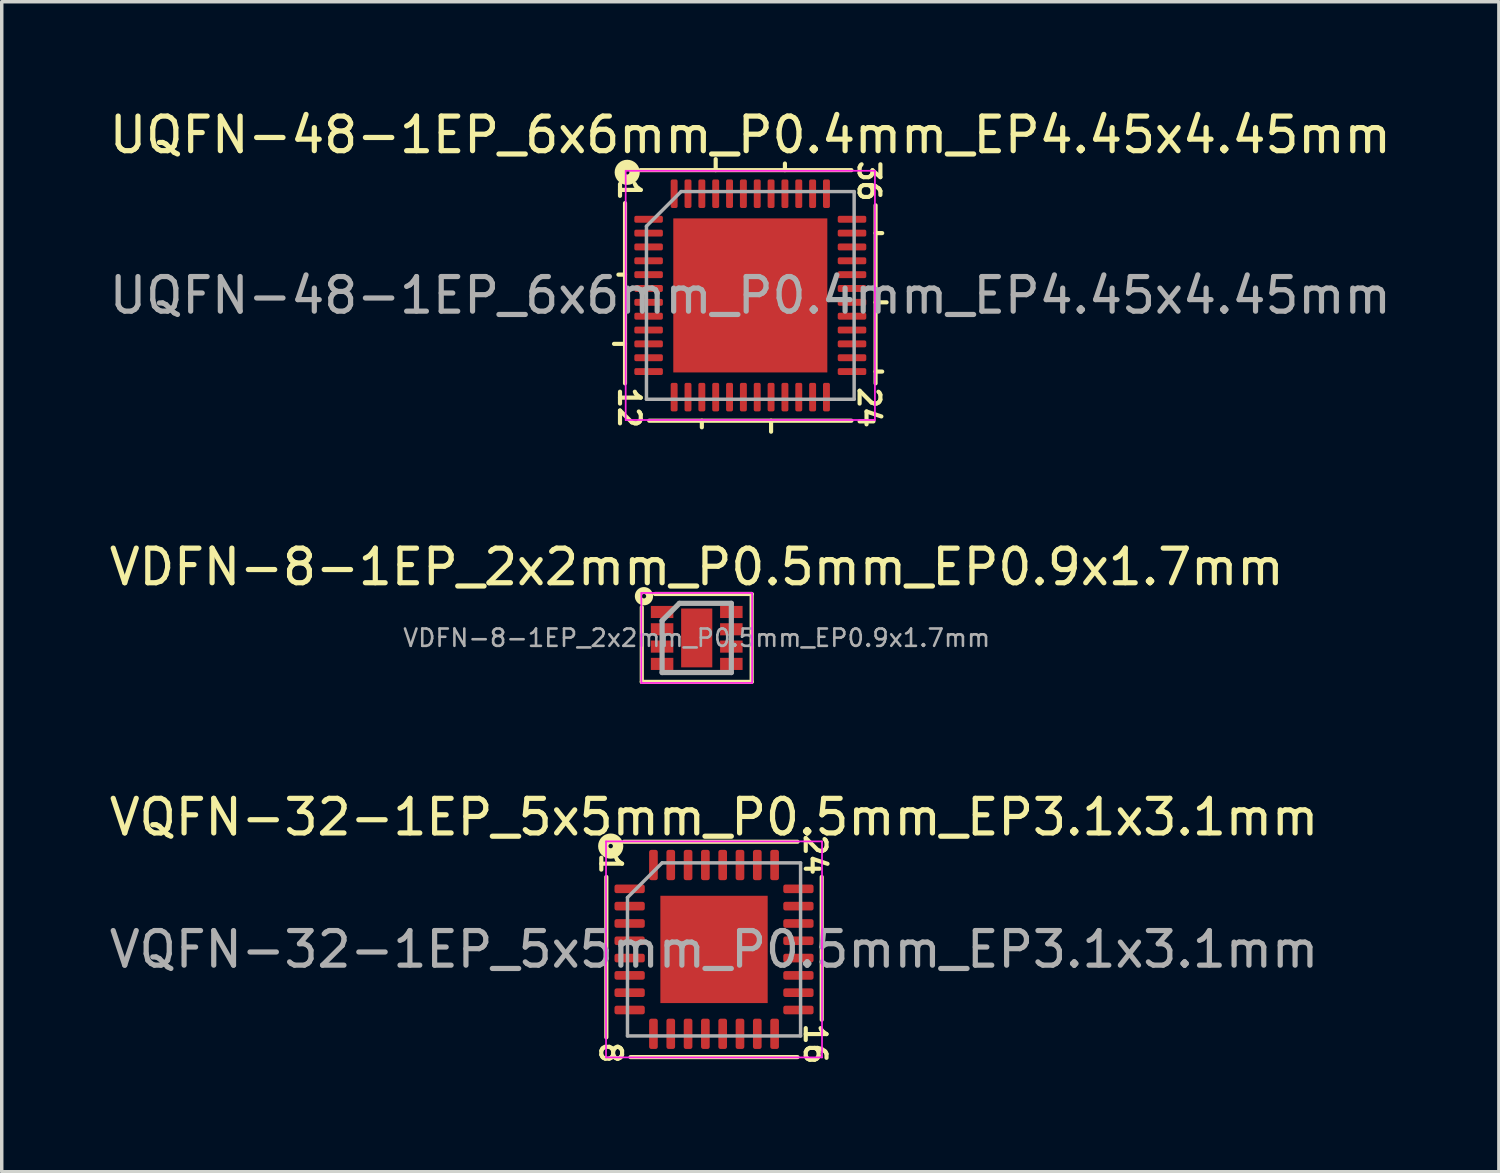
<source format=kicad_pcb>
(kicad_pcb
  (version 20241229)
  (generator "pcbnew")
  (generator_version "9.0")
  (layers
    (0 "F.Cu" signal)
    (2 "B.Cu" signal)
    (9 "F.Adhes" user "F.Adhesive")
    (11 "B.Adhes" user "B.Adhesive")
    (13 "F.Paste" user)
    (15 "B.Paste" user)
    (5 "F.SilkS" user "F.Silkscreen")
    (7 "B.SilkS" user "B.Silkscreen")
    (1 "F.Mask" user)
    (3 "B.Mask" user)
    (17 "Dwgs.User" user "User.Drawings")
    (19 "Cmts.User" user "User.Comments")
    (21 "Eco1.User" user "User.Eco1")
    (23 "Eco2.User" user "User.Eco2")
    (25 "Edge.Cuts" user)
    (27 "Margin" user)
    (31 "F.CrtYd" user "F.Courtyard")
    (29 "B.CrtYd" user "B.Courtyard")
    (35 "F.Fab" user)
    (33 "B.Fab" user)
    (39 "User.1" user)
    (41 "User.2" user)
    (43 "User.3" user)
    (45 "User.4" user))
  (footprint "VDFN-8-1EP_2x2mm_P0.5mm_EP0.9x1.7mm"
    (layer "F.Cu")
    (at 17.077 15.379)
    (property "Reference" "VDFN-8-1EP_2x2mm_P0.5mm_EP0.9x1.7mm" (at 0 -2.05 0) (layer "F.SilkS") (effects (font (size 1 1) (thickness 0.15))))
    (attr smd)
    (fp_line (start -1.587 1.27) (end -1.587 -0.889) (stroke (width 0.12) (type solid)) (layer "F.SilkS"))
    (fp_line (start -1.206 -1.27) (end 1.587 -1.27) (stroke (width 0.12) (type solid)) (layer "F.SilkS"))
    (fp_line (start 1.587 -1.27) (end 1.587 1.27) (stroke (width 0.12) (type solid)) (layer "F.SilkS"))
    (fp_line (start 1.587 1.27) (end -1.587 1.27) (stroke (width 0.12) (type solid)) (layer "F.SilkS"))
    (fp_circle (center -1.524 -1.206) (end -1.46 -1.206) (stroke (width 0.2) (type solid)) (fill no) (layer "F.SilkS"))
    (fp_line (start -1.6 -1.3) (end -1.6 1.3) (stroke (width 0.05) (type solid)) (layer "F.CrtYd"))
    (fp_line (start -1.6 -1.3) (end 1.6 -1.3) (stroke (width 0.05) (type solid)) (layer "F.CrtYd"))
    (fp_line (start -1.6 1.3) (end 1.6 1.3) (stroke (width 0.05) (type solid)) (layer "F.CrtYd"))
    (fp_line (start 1.6 -1.3) (end 1.6 1.3) (stroke (width 0.05) (type solid)) (layer "F.CrtYd"))
    (fp_line (start -1 -0.5) (end -0.5 -1) (stroke (width 0.15) (type solid)) (layer "F.Fab"))
    (fp_line (start -1 1) (end -1 -0.5) (stroke (width 0.15) (type solid)) (layer "F.Fab"))
    (fp_line (start -0.5 -1) (end 1 -1) (stroke (width 0.15) (type solid)) (layer "F.Fab"))
    (fp_line (start 1 -1) (end 1 1) (stroke (width 0.15) (type solid)) (layer "F.Fab"))
    (fp_line (start 1 1) (end -1 1) (stroke (width 0.15) (type solid)) (layer "F.Fab"))
    (fp_text user "${REFERENCE}" (at 0 0 0) (layer "F.Fab") (effects (font (size 0.5 0.5) (thickness 0.075))))
    (pad "" smd rect (at 0 -0.425) (size 0.72 0.69) (layers "F.Paste"))
    (pad "" smd rect (at 0 0.425) (size 0.72 0.69) (layers "F.Paste"))
    (pad "1" smd rect (at -1 -0.75) (size 0.65 0.35) (layers "F.Cu" "F.Mask" "F.Paste"))
    (pad "2" smd rect (at -1 -0.25) (size 0.65 0.35) (layers "F.Cu" "F.Mask" "F.Paste"))
    (pad "3" smd rect (at -1 0.25) (size 0.65 0.35) (layers "F.Cu" "F.Mask" "F.Paste"))
    (pad "4" smd rect (at -1 0.75) (size 0.65 0.35) (layers "F.Cu" "F.Mask" "F.Paste"))
    (pad "5" smd rect (at 1 0.75) (size 0.65 0.35) (layers "F.Cu" "F.Mask" "F.Paste"))
    (pad "6" smd rect (at 1 0.25) (size 0.65 0.35) (layers "F.Cu" "F.Mask" "F.Paste"))
    (pad "7" smd rect (at 1 -0.25) (size 0.65 0.35) (layers "F.Cu" "F.Mask" "F.Paste"))
    (pad "8" smd rect (at 1 -0.75) (size 0.65 0.35) (layers "F.Cu" "F.Mask" "F.Paste"))
    (pad "9" smd rect (at 0 0) (size 0.9 1.7) (layers "F.Cu" "F.Mask")))
  (footprint "VQFN-32-1EP_5x5mm_P0.5mm_EP3.1x3.1mm"
    (layer "F.Cu")
    (at 17.577 24.377)
    (property "Reference" "VQFN-32-1EP_5x5mm_P0.5mm_EP3.1x3.1mm" (at 0 -3.82 0) (layer "F.SilkS") (effects (font (size 1 1) (thickness 0.15))))
    (attr smd)
    (fp_line (start -3.111 -2.095) (end -3.111 2.54) (stroke (width 0.12) (type solid)) (layer "F.SilkS"))
    (fp_line (start -2.413 3.111) (end 2.413 3.111) (stroke (width 0.12) (type solid)) (layer "F.SilkS"))
    (fp_line (start 2.413 -3.111) (end -2.603 -3.111) (stroke (width 0.12) (type solid)) (layer "F.SilkS"))
    (fp_line (start 3.111 2.032) (end 3.111 -2.095) (stroke (width 0.12) (type solid)) (layer "F.SilkS"))
    (fp_circle (center -2.985 -2.985) (end -2.921 -2.985) (stroke (width 0.3) (type solid)) (fill no) (layer "F.SilkS"))
    (fp_line (start -3.12 -3.12) (end -3.12 3.12) (stroke (width 0.05) (type solid)) (layer "F.CrtYd"))
    (fp_line (start -3.12 3.12) (end 3.12 3.12) (stroke (width 0.05) (type solid)) (layer "F.CrtYd"))
    (fp_line (start 3.12 -3.12) (end -3.12 -3.12) (stroke (width 0.05) (type solid)) (layer "F.CrtYd"))
    (fp_line (start 3.12 3.12) (end 3.12 -3.12) (stroke (width 0.05) (type solid)) (layer "F.CrtYd"))
    (fp_line (start -2.5 -1.5) (end -1.5 -2.5) (stroke (width 0.1) (type solid)) (layer "F.Fab"))
    (fp_line (start -2.5 2.5) (end -2.5 -1.5) (stroke (width 0.1) (type solid)) (layer "F.Fab"))
    (fp_line (start -1.5 -2.5) (end 2.5 -2.5) (stroke (width 0.1) (type solid)) (layer "F.Fab"))
    (fp_line (start 2.5 -2.5) (end 2.5 2.5) (stroke (width 0.1) (type solid)) (layer "F.Fab"))
    (fp_line (start 2.5 2.5) (end -2.5 2.5) (stroke (width 0.1) (type solid)) (layer "F.Fab"))
    (fp_text user "24" (at 2.921 -2.731 270) (unlocked yes) (layer "F.SilkS") (effects (font (size 0.6 0.6) (thickness 0.12))))
    (fp_text user "1" (at -2.985 -2.477 270) (unlocked yes) (layer "F.SilkS") (effects (font (size 0.6 0.6) (thickness 0.12))))
    (fp_text user "8" (at -2.985 2.985 270) (unlocked yes) (layer "F.SilkS") (effects (font (size 0.6 0.6) (thickness 0.12))))
    (fp_text user "16" (at 2.921 2.731 270) (unlocked yes) (layer "F.SilkS") (effects (font (size 0.6 0.6) (thickness 0.12))))
    (fp_text user "${REFERENCE}" (at 0 0 0) (layer "F.Fab") (effects (font (size 1 1) (thickness 0.15))))
    (pad "" smd roundrect (at -0.775 -0.775) (size 1.25 1.25) (layers "F.Paste") (roundrect_rratio 0.2))
    (pad "" smd roundrect (at -0.775 0.775) (size 1.25 1.25) (layers "F.Paste") (roundrect_rratio 0.2))
    (pad "" smd roundrect (at 0.775 -0.775) (size 1.25 1.25) (layers "F.Paste") (roundrect_rratio 0.2))
    (pad "" smd roundrect (at 0.775 0.775) (size 1.25 1.25) (layers "F.Paste") (roundrect_rratio 0.2))
    (pad "1" smd roundrect (at -2.438 -1.75) (size 0.875 0.25) (layers "F.Cu" "F.Mask" "F.Paste") (roundrect_rratio 0.25))
    (pad "2" smd roundrect (at -2.438 -1.25) (size 0.875 0.25) (layers "F.Cu" "F.Mask" "F.Paste") (roundrect_rratio 0.25))
    (pad "3" smd roundrect (at -2.438 -0.75) (size 0.875 0.25) (layers "F.Cu" "F.Mask" "F.Paste") (roundrect_rratio 0.25))
    (pad "4" smd roundrect (at -2.438 -0.25) (size 0.875 0.25) (layers "F.Cu" "F.Mask" "F.Paste") (roundrect_rratio 0.25))
    (pad "5" smd roundrect (at -2.438 0.25) (size 0.875 0.25) (layers "F.Cu" "F.Mask" "F.Paste") (roundrect_rratio 0.25))
    (pad "6" smd roundrect (at -2.438 0.75) (size 0.875 0.25) (layers "F.Cu" "F.Mask" "F.Paste") (roundrect_rratio 0.25))
    (pad "7" smd roundrect (at -2.438 1.25) (size 0.875 0.25) (layers "F.Cu" "F.Mask" "F.Paste") (roundrect_rratio 0.25))
    (pad "8" smd roundrect (at -2.438 1.75) (size 0.875 0.25) (layers "F.Cu" "F.Mask" "F.Paste") (roundrect_rratio 0.25))
    (pad "9" smd roundrect (at -1.75 2.438) (size 0.25 0.875) (layers "F.Cu" "F.Mask" "F.Paste") (roundrect_rratio 0.25))
    (pad "10" smd roundrect (at -1.25 2.438) (size 0.25 0.875) (layers "F.Cu" "F.Mask" "F.Paste") (roundrect_rratio 0.25))
    (pad "11" smd roundrect (at -0.75 2.438) (size 0.25 0.875) (layers "F.Cu" "F.Mask" "F.Paste") (roundrect_rratio 0.25))
    (pad "12" smd roundrect (at -0.25 2.438) (size 0.25 0.875) (layers "F.Cu" "F.Mask" "F.Paste") (roundrect_rratio 0.25))
    (pad "13" smd roundrect (at 0.25 2.438) (size 0.25 0.875) (layers "F.Cu" "F.Mask" "F.Paste") (roundrect_rratio 0.25))
    (pad "14" smd roundrect (at 0.75 2.438) (size 0.25 0.875) (layers "F.Cu" "F.Mask" "F.Paste") (roundrect_rratio 0.25))
    (pad "15" smd roundrect (at 1.25 2.438) (size 0.25 0.875) (layers "F.Cu" "F.Mask" "F.Paste") (roundrect_rratio 0.25))
    (pad "16" smd roundrect (at 1.75 2.438) (size 0.25 0.875) (layers "F.Cu" "F.Mask" "F.Paste") (roundrect_rratio 0.25))
    (pad "17" smd roundrect (at 2.438 1.75) (size 0.875 0.25) (layers "F.Cu" "F.Mask" "F.Paste") (roundrect_rratio 0.25))
    (pad "18" smd roundrect (at 2.438 1.25) (size 0.875 0.25) (layers "F.Cu" "F.Mask" "F.Paste") (roundrect_rratio 0.25))
    (pad "19" smd roundrect (at 2.438 0.75) (size 0.875 0.25) (layers "F.Cu" "F.Mask" "F.Paste") (roundrect_rratio 0.25))
    (pad "20" smd roundrect (at 2.438 0.25) (size 0.875 0.25) (layers "F.Cu" "F.Mask" "F.Paste") (roundrect_rratio 0.25))
    (pad "21" smd roundrect (at 2.438 -0.25) (size 0.875 0.25) (layers "F.Cu" "F.Mask" "F.Paste") (roundrect_rratio 0.25))
    (pad "22" smd roundrect (at 2.438 -0.75) (size 0.875 0.25) (layers "F.Cu" "F.Mask" "F.Paste") (roundrect_rratio 0.25))
    (pad "23" smd roundrect (at 2.438 -1.25) (size 0.875 0.25) (layers "F.Cu" "F.Mask" "F.Paste") (roundrect_rratio 0.25))
    (pad "24" smd roundrect (at 2.438 -1.75) (size 0.875 0.25) (layers "F.Cu" "F.Mask" "F.Paste") (roundrect_rratio 0.25))
    (pad "25" smd roundrect (at 1.75 -2.438) (size 0.25 0.875) (layers "F.Cu" "F.Mask" "F.Paste") (roundrect_rratio 0.25))
    (pad "26" smd roundrect (at 1.25 -2.438) (size 0.25 0.875) (layers "F.Cu" "F.Mask" "F.Paste") (roundrect_rratio 0.25))
    (pad "27" smd roundrect (at 0.75 -2.438) (size 0.25 0.875) (layers "F.Cu" "F.Mask" "F.Paste") (roundrect_rratio 0.25))
    (pad "28" smd roundrect (at 0.25 -2.438) (size 0.25 0.875) (layers "F.Cu" "F.Mask" "F.Paste") (roundrect_rratio 0.25))
    (pad "29" smd roundrect (at -0.25 -2.438) (size 0.25 0.875) (layers "F.Cu" "F.Mask" "F.Paste") (roundrect_rratio 0.25))
    (pad "30" smd roundrect (at -0.75 -2.438) (size 0.25 0.875) (layers "F.Cu" "F.Mask" "F.Paste") (roundrect_rratio 0.25))
    (pad "31" smd roundrect (at -1.25 -2.438) (size 0.25 0.875) (layers "F.Cu" "F.Mask" "F.Paste") (roundrect_rratio 0.25))
    (pad "32" smd roundrect (at -1.75 -2.438) (size 0.25 0.875) (layers "F.Cu" "F.Mask" "F.Paste") (roundrect_rratio 0.25))
    (pad "33" smd rect (at 0 0) (size 3.1 3.1) (layers "F.Cu" "F.Mask")))
  (footprint "UQFN-48-1EP_6x6mm_P0.4mm_EP4.45x4.45mm"
    (layer "F.Cu")
    (at 18.625 5.484)
    (property "Reference" "UQFN-48-1EP_6x6mm_P0.4mm_EP4.45x4.45mm" (at 0 -4.636 0) (layer "F.SilkS") (effects (font (size 1 1) (thickness 0.15))))
    (attr smd)
    (fp_line (start -3.619 -2.667) (end -3.619 2.54) (stroke (width 0.12) (type solid)) (layer "F.SilkS"))
    (fp_line (start -3.619 -0.6) (end -3.81 -0.6) (stroke (width 0.12) (type solid)) (layer "F.SilkS"))
    (fp_line (start -3.619 1.4) (end -3.937 1.4) (stroke (width 0.12) (type solid)) (layer "F.SilkS"))
    (fp_line (start -2.921 3.619) (end 2.921 3.619) (stroke (width 0.12) (type solid)) (layer "F.SilkS"))
    (fp_line (start -1.4 3.81) (end -1.4 3.619) (stroke (width 0.12) (type solid)) (layer "F.SilkS"))
    (fp_line (start -1 -3.619) (end -1 -3.937) (stroke (width 0.12) (type solid)) (layer "F.SilkS"))
    (fp_line (start 0.6 3.619) (end 0.6 3.937) (stroke (width 0.12) (type solid)) (layer "F.SilkS"))
    (fp_line (start 1 -3.619) (end 1 -3.81) (stroke (width 0.12) (type solid)) (layer "F.SilkS"))
    (fp_line (start 2.921 -3.619) (end -3.175 -3.619) (stroke (width 0.12) (type solid)) (layer "F.SilkS"))
    (fp_line (start 3.619 -1.8) (end 3.81 -1.8) (stroke (width 0.12) (type solid)) (layer "F.SilkS"))
    (fp_line (start 3.619 0.2) (end 3.937 0.2) (stroke (width 0.12) (type solid)) (layer "F.SilkS"))
    (fp_line (start 3.619 2.2) (end 3.81 2.2) (stroke (width 0.12) (type solid)) (layer "F.SilkS"))
    (fp_line (start 3.619 2.54) (end 3.619 -2.603) (stroke (width 0.12) (type solid)) (layer "F.SilkS"))
    (fp_circle (center -3.556 -3.556) (end -3.493 -3.556) (stroke (width 0.3) (type solid)) (fill no) (layer "F.SilkS"))
    (fp_line (start -3.6 -3.6) (end -3.6 3.6) (stroke (width 0.05) (type solid)) (layer "F.CrtYd"))
    (fp_line (start -3.6 3.6) (end 3.6 3.6) (stroke (width 0.05) (type solid)) (layer "F.CrtYd"))
    (fp_line (start 3.6 -3.6) (end -3.6 -3.6) (stroke (width 0.05) (type solid)) (layer "F.CrtYd"))
    (fp_line (start 3.6 3.6) (end 3.6 -3.6) (stroke (width 0.05) (type solid)) (layer "F.CrtYd"))
    (fp_line (start -3 -2) (end -2 -3) (stroke (width 0.1) (type solid)) (layer "F.Fab"))
    (fp_line (start -3 3) (end -3 -2) (stroke (width 0.1) (type solid)) (layer "F.Fab"))
    (fp_line (start -2 -3) (end 3 -3) (stroke (width 0.1) (type solid)) (layer "F.Fab"))
    (fp_line (start 3 -3) (end 3 3) (stroke (width 0.1) (type solid)) (layer "F.Fab"))
    (fp_line (start 3 3) (end -3 3) (stroke (width 0.1) (type solid)) (layer "F.Fab"))
    (fp_text user "36" (at 3.429 -3.302 270) (unlocked yes) (layer "F.SilkS") (effects (font (size 0.6 0.6) (thickness 0.12))))
    (fp_text user "12" (at -3.493 3.239 270) (unlocked yes) (layer "F.SilkS") (effects (font (size 0.6 0.6) (thickness 0.12))))
    (fp_text user "1" (at -3.493 -3.048 270) (unlocked yes) (layer "F.SilkS") (effects (font (size 0.6 0.6) (thickness 0.12))))
    (fp_text user "24" (at 3.429 3.239 270) (unlocked yes) (layer "F.SilkS") (effects (font (size 0.6 0.6) (thickness 0.12))))
    (fp_text user "${REFERENCE}" (at 0 0 0) (layer "F.Fab") (effects (font (size 1 1) (thickness 0.15))))
    (pad "" smd roundrect (at -1.48 -1.48) (size 1.2 1.2) (layers "F.Paste") (roundrect_rratio 0.208))
    (pad "" smd roundrect (at -1.48 0) (size 1.2 1.2) (layers "F.Paste") (roundrect_rratio 0.208))
    (pad "" smd roundrect (at -1.48 1.48) (size 1.2 1.2) (layers "F.Paste") (roundrect_rratio 0.208))
    (pad "" smd roundrect (at 0 -1.48) (size 1.2 1.2) (layers "F.Paste") (roundrect_rratio 0.208))
    (pad "" smd roundrect (at 0 0) (size 1.2 1.2) (layers "F.Paste") (roundrect_rratio 0.208))
    (pad "" smd roundrect (at 0 1.48) (size 1.2 1.2) (layers "F.Paste") (roundrect_rratio 0.208))
    (pad "" smd roundrect (at 1.48 -1.48) (size 1.2 1.2) (layers "F.Paste") (roundrect_rratio 0.208))
    (pad "" smd roundrect (at 1.48 0) (size 1.2 1.2) (layers "F.Paste") (roundrect_rratio 0.208))
    (pad "" smd roundrect (at 1.48 1.48) (size 1.2 1.2) (layers "F.Paste") (roundrect_rratio 0.208))
    (pad "1" smd roundrect (at -2.938 -2.2) (size 0.825 0.2) (layers "F.Cu" "F.Mask" "F.Paste") (roundrect_rratio 0.25))
    (pad "2" smd roundrect (at -2.938 -1.8) (size 0.825 0.2) (layers "F.Cu" "F.Mask" "F.Paste") (roundrect_rratio 0.25))
    (pad "3" smd roundrect (at -2.938 -1.4) (size 0.825 0.2) (layers "F.Cu" "F.Mask" "F.Paste") (roundrect_rratio 0.25))
    (pad "4" smd roundrect (at -2.938 -1) (size 0.825 0.2) (layers "F.Cu" "F.Mask" "F.Paste") (roundrect_rratio 0.25))
    (pad "5" smd roundrect (at -2.938 -0.6) (size 0.825 0.2) (layers "F.Cu" "F.Mask" "F.Paste") (roundrect_rratio 0.25))
    (pad "6" smd roundrect (at -2.938 -0.2) (size 0.825 0.2) (layers "F.Cu" "F.Mask" "F.Paste") (roundrect_rratio 0.25))
    (pad "7" smd roundrect (at -2.938 0.2) (size 0.825 0.2) (layers "F.Cu" "F.Mask" "F.Paste") (roundrect_rratio 0.25))
    (pad "8" smd roundrect (at -2.938 0.6) (size 0.825 0.2) (layers "F.Cu" "F.Mask" "F.Paste") (roundrect_rratio 0.25))
    (pad "9" smd roundrect (at -2.938 1) (size 0.825 0.2) (layers "F.Cu" "F.Mask" "F.Paste") (roundrect_rratio 0.25))
    (pad "10" smd roundrect (at -2.938 1.4) (size 0.825 0.2) (layers "F.Cu" "F.Mask" "F.Paste") (roundrect_rratio 0.25))
    (pad "11" smd roundrect (at -2.938 1.8) (size 0.825 0.2) (layers "F.Cu" "F.Mask" "F.Paste") (roundrect_rratio 0.25))
    (pad "12" smd roundrect (at -2.938 2.2) (size 0.825 0.2) (layers "F.Cu" "F.Mask" "F.Paste") (roundrect_rratio 0.25))
    (pad "13" smd roundrect (at -2.2 2.938) (size 0.2 0.825) (layers "F.Cu" "F.Mask" "F.Paste") (roundrect_rratio 0.25))
    (pad "14" smd roundrect (at -1.8 2.938) (size 0.2 0.825) (layers "F.Cu" "F.Mask" "F.Paste") (roundrect_rratio 0.25))
    (pad "15" smd roundrect (at -1.4 2.938) (size 0.2 0.825) (layers "F.Cu" "F.Mask" "F.Paste") (roundrect_rratio 0.25))
    (pad "16" smd roundrect (at -1 2.938) (size 0.2 0.825) (layers "F.Cu" "F.Mask" "F.Paste") (roundrect_rratio 0.25))
    (pad "17" smd roundrect (at -0.6 2.938) (size 0.2 0.825) (layers "F.Cu" "F.Mask" "F.Paste") (roundrect_rratio 0.25))
    (pad "18" smd roundrect (at -0.2 2.938) (size 0.2 0.825) (layers "F.Cu" "F.Mask" "F.Paste") (roundrect_rratio 0.25))
    (pad "19" smd roundrect (at 0.2 2.938) (size 0.2 0.825) (layers "F.Cu" "F.Mask" "F.Paste") (roundrect_rratio 0.25))
    (pad "20" smd roundrect (at 0.6 2.938) (size 0.2 0.825) (layers "F.Cu" "F.Mask" "F.Paste") (roundrect_rratio 0.25))
    (pad "21" smd roundrect (at 1 2.938) (size 0.2 0.825) (layers "F.Cu" "F.Mask" "F.Paste") (roundrect_rratio 0.25))
    (pad "22" smd roundrect (at 1.4 2.938) (size 0.2 0.825) (layers "F.Cu" "F.Mask" "F.Paste") (roundrect_rratio 0.25))
    (pad "23" smd roundrect (at 1.8 2.938) (size 0.2 0.825) (layers "F.Cu" "F.Mask" "F.Paste") (roundrect_rratio 0.25))
    (pad "24" smd roundrect (at 2.2 2.938) (size 0.2 0.825) (layers "F.Cu" "F.Mask" "F.Paste") (roundrect_rratio 0.25))
    (pad "25" smd roundrect (at 2.938 2.2) (size 0.825 0.2) (layers "F.Cu" "F.Mask" "F.Paste") (roundrect_rratio 0.25))
    (pad "26" smd roundrect (at 2.938 1.8) (size 0.825 0.2) (layers "F.Cu" "F.Mask" "F.Paste") (roundrect_rratio 0.25))
    (pad "27" smd roundrect (at 2.938 1.4) (size 0.825 0.2) (layers "F.Cu" "F.Mask" "F.Paste") (roundrect_rratio 0.25))
    (pad "28" smd roundrect (at 2.938 1) (size 0.825 0.2) (layers "F.Cu" "F.Mask" "F.Paste") (roundrect_rratio 0.25))
    (pad "29" smd roundrect (at 2.938 0.6) (size 0.825 0.2) (layers "F.Cu" "F.Mask" "F.Paste") (roundrect_rratio 0.25))
    (pad "30" smd roundrect (at 2.938 0.2) (size 0.825 0.2) (layers "F.Cu" "F.Mask" "F.Paste") (roundrect_rratio 0.25))
    (pad "31" smd roundrect (at 2.938 -0.2) (size 0.825 0.2) (layers "F.Cu" "F.Mask" "F.Paste") (roundrect_rratio 0.25))
    (pad "32" smd roundrect (at 2.938 -0.6) (size 0.825 0.2) (layers "F.Cu" "F.Mask" "F.Paste") (roundrect_rratio 0.25))
    (pad "33" smd roundrect (at 2.938 -1) (size 0.825 0.2) (layers "F.Cu" "F.Mask" "F.Paste") (roundrect_rratio 0.25))
    (pad "34" smd roundrect (at 2.938 -1.4) (size 0.825 0.2) (layers "F.Cu" "F.Mask" "F.Paste") (roundrect_rratio 0.25))
    (pad "35" smd roundrect (at 2.938 -1.8) (size 0.825 0.2) (layers "F.Cu" "F.Mask" "F.Paste") (roundrect_rratio 0.25))
    (pad "36" smd roundrect (at 2.938 -2.2) (size 0.825 0.2) (layers "F.Cu" "F.Mask" "F.Paste") (roundrect_rratio 0.25))
    (pad "37" smd roundrect (at 2.2 -2.938) (size 0.2 0.825) (layers "F.Cu" "F.Mask" "F.Paste") (roundrect_rratio 0.25))
    (pad "38" smd roundrect (at 1.8 -2.938) (size 0.2 0.825) (layers "F.Cu" "F.Mask" "F.Paste") (roundrect_rratio 0.25))
    (pad "39" smd roundrect (at 1.4 -2.938) (size 0.2 0.825) (layers "F.Cu" "F.Mask" "F.Paste") (roundrect_rratio 0.25))
    (pad "40" smd roundrect (at 1 -2.938) (size 0.2 0.825) (layers "F.Cu" "F.Mask" "F.Paste") (roundrect_rratio 0.25))
    (pad "41" smd roundrect (at 0.6 -2.938) (size 0.2 0.825) (layers "F.Cu" "F.Mask" "F.Paste") (roundrect_rratio 0.25))
    (pad "42" smd roundrect (at 0.2 -2.938) (size 0.2 0.825) (layers "F.Cu" "F.Mask" "F.Paste") (roundrect_rratio 0.25))
    (pad "43" smd roundrect (at -0.2 -2.938) (size 0.2 0.825) (layers "F.Cu" "F.Mask" "F.Paste") (roundrect_rratio 0.25))
    (pad "44" smd roundrect (at -0.6 -2.938) (size 0.2 0.825) (layers "F.Cu" "F.Mask" "F.Paste") (roundrect_rratio 0.25))
    (pad "45" smd roundrect (at -1 -2.938) (size 0.2 0.825) (layers "F.Cu" "F.Mask" "F.Paste") (roundrect_rratio 0.25))
    (pad "46" smd roundrect (at -1.4 -2.938) (size 0.2 0.825) (layers "F.Cu" "F.Mask" "F.Paste") (roundrect_rratio 0.25))
    (pad "47" smd roundrect (at -1.8 -2.938) (size 0.2 0.825) (layers "F.Cu" "F.Mask" "F.Paste") (roundrect_rratio 0.25))
    (pad "48" smd roundrect (at -2.2 -2.938) (size 0.2 0.825) (layers "F.Cu" "F.Mask" "F.Paste") (roundrect_rratio 0.25))
    (pad "49" smd rect (at 0 0) (size 4.45 4.45) (layers "F.Cu" "F.Mask")))
  (gr_rect
    (start -3 -3)
    (end 40.25 30.799)
    (stroke (width 0.1) (type default))
    (fill no)
    (layer "Edge.Cuts")))
</source>
